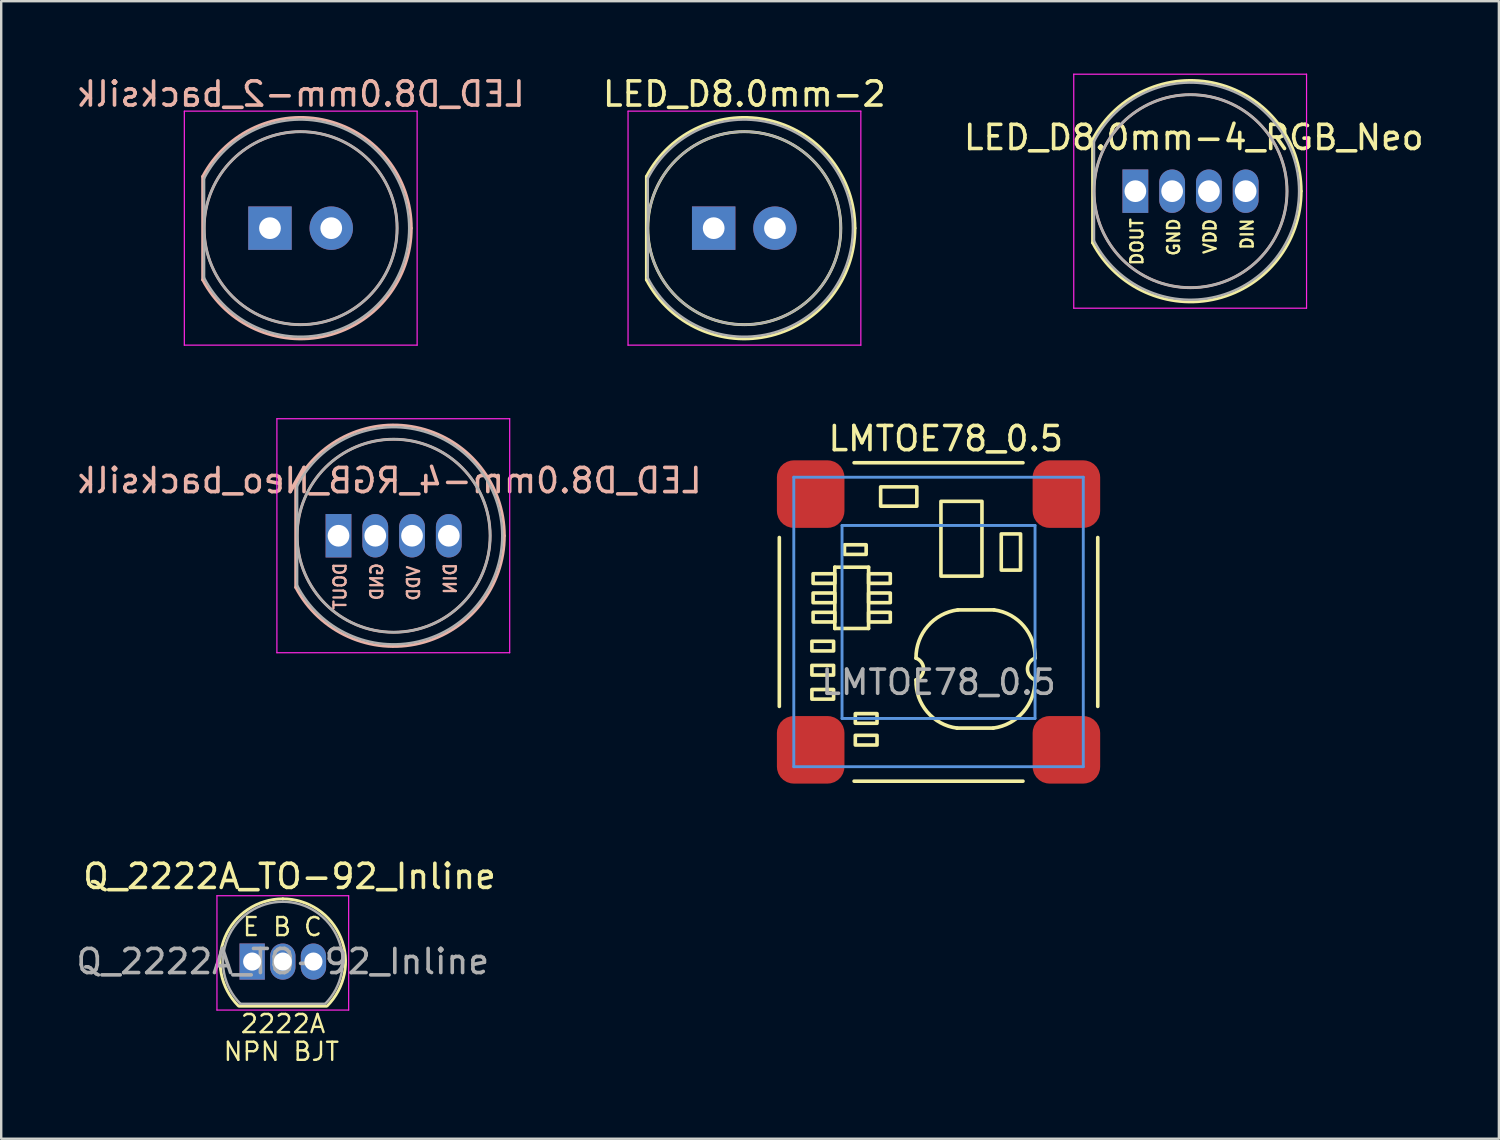
<source format=kicad_pcb>
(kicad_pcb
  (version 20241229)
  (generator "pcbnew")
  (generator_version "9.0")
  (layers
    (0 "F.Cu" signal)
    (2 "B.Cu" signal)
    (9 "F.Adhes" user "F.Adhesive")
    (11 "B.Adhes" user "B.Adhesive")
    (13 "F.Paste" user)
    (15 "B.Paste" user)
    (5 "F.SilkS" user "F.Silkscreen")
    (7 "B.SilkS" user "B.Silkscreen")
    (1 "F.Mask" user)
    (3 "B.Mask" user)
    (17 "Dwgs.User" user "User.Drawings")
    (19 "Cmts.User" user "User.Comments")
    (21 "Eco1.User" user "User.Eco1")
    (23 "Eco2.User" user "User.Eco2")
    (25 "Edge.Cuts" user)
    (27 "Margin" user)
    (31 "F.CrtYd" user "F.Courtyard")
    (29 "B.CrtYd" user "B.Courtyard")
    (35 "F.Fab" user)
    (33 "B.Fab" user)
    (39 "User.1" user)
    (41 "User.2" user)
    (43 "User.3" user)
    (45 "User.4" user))
  (footprint "Q_2222A_TO-92_Inline"
    (layer "F.Cu")
    (at 7.403 36.81)
    (property "Reference" "Q_2222A_TO-92_Inline" (at 1.55 -3.53 0) (layer "F.SilkS") (effects (font (size 1 1) (thickness 0.15))))
    (attr through_hole)
    (fp_line (start -0.53 1.85) (end 3.07 1.85) (stroke (width 0.12) (type solid)) (layer "F.SilkS"))
    (fp_arc (start -0.568478 1.838478) (mid -1.132087 -0.994977) (end 1.27 -2.6) (stroke (width 0.12) (type solid)) (layer "F.SilkS"))
    (fp_arc (start 1.27 -2.6) (mid 3.672087 -0.994977) (end 3.108478 1.838478) (stroke (width 0.12) (type solid)) (layer "F.SilkS"))
    (fp_line (start -1.46 -2.73) (end -1.46 2.01) (stroke (width 0.05) (type solid)) (layer "F.CrtYd"))
    (fp_line (start -1.46 -2.73) (end 4 -2.73) (stroke (width 0.05) (type solid)) (layer "F.CrtYd"))
    (fp_line (start 4 2.01) (end -1.46 2.01) (stroke (width 0.05) (type solid)) (layer "F.CrtYd"))
    (fp_line (start 4 2.01) (end 4 -2.73) (stroke (width 0.05) (type solid)) (layer "F.CrtYd"))
    (fp_line (start -0.5 1.75) (end 3 1.75) (stroke (width 0.1) (type solid)) (layer "F.Fab"))
    (fp_arc (start -0.483625 1.753625) (mid -1.021221 -0.949055) (end 1.27 -2.48) (stroke (width 0.1) (type solid)) (layer "F.Fab"))
    (fp_arc (start 1.27 -2.48) (mid 3.561221 -0.949055) (end 3.023625 1.753625) (stroke (width 0.1) (type solid)) (layer "F.Fab"))
    (fp_text user "2222A" (at 1.28 2.58 0) (layer "F.SilkS") (effects (font (size 0.75 0.75) (thickness 0.1))))
    (fp_text user "NPN BJT" (at 1.21 3.73 0) (layer "F.SilkS") (effects (font (size 0.75 0.75) (thickness 0.1))))
    (fp_text user "B" (at 1.24 -1.44 0) (layer "F.SilkS") (effects (font (size 0.75 0.75) (thickness 0.1))))
    (fp_text user "C" (at 2.52 -1.44 0) (layer "F.SilkS") (effects (font (size 0.75 0.75) (thickness 0.1))))
    (fp_text user "E" (at -0.05 -1.44 0) (layer "F.SilkS") (effects (font (size 0.75 0.75) (thickness 0.1))))
    (fp_text user "${REFERENCE}" (at 1.27 0 0) (layer "F.Fab") (effects (font (size 1 1) (thickness 0.15))))
    (pad "1" thru_hole rect (at 0 0) (size 1.05 1.5) (drill 0.75) (layers "*.Cu" "*.Mask"))
    (pad "2" thru_hole oval (at 1.27 0) (size 1.05 1.5) (drill 0.75) (layers "*.Cu" "*.Mask"))
    (pad "3" thru_hole oval (at 2.54 0) (size 1.05 1.5) (drill 0.75) (layers "*.Cu" "*.Mask")))
  (footprint "LED_D8.0mm-2"
    (layer "F.Cu")
    (at 26.534 6.408)
    (property "Reference" "LED_D8.0mm-2" (at 1.27 -5.56 0) (layer "F.SilkS") (effects (font (size 1 1) (thickness 0.15))))
    (attr through_hole)
    (fp_line (start -2.79 -2.142) (end -2.79 2.142) (stroke (width 0.12) (type solid)) (layer "F.SilkS"))
    (fp_arc (start -2.79 -2.141145) (mid 2.373119 -4.455472) (end 5.86 0.000486) (stroke (width 0.12) (type solid)) (layer "F.SilkS"))
    (fp_arc (start 5.86 -0.000486) (mid 2.373119 4.455472) (end -2.79 2.141145) (stroke (width 0.12) (type solid)) (layer "F.SilkS"))
    (fp_circle (center 1.27 0) (end 5.27 0) (stroke (width 0.12) (type solid)) (fill no) (layer "F.SilkS"))
    (fp_line (start -3.55 -4.85) (end -3.55 4.85) (stroke (width 0.05) (type solid)) (layer "F.CrtYd"))
    (fp_line (start -3.55 4.85) (end 6.1 4.85) (stroke (width 0.05) (type solid)) (layer "F.CrtYd"))
    (fp_line (start 6.1 -4.85) (end -3.55 -4.85) (stroke (width 0.05) (type solid)) (layer "F.CrtYd"))
    (fp_line (start 6.1 4.85) (end 6.1 -4.85) (stroke (width 0.05) (type solid)) (layer "F.CrtYd"))
    (fp_line (start -2.73 -2.062) (end -2.73 2.062) (stroke (width 0.1) (type solid)) (layer "F.Fab"))
    (fp_arc (start -2.73 -2.061553) (mid 5.77 0.00126) (end -2.731154 2.059312) (stroke (width 0.1) (type solid)) (layer "F.Fab"))
    (fp_circle (center 1.27 0) (end 5.27 0) (stroke (width 0.1) (type solid)) (fill no) (layer "F.Fab"))
    (pad "1" thru_hole rect (at 0 0) (size 1.8 1.8) (drill 0.9) (layers "*.Cu" "*.Mask"))
    (pad "2" thru_hole circle (at 2.54 0) (size 1.8 1.8) (drill 0.9) (layers "*.Cu" "*.Mask")))
  (footprint "LED_D8.0mm-2_backsilk"
    (layer "F.Cu")
    (at 8.141 6.408)
    (property "Reference" "LED_D8.0mm-2_backsilk" (at 1.27 -5.56 0) (layer "B.SilkS") (effects (font (size 1 1) (thickness 0.15)) (justify mirror)))
    (attr through_hole)
    (fp_line (start -2.79 -2.142) (end -2.79 2.142) (stroke (width 0.12) (type solid)) (layer "B.SilkS"))
    (fp_arc (start -2.79 -2.141145) (mid 2.373119 -4.455472) (end 5.86 0.000486) (stroke (width 0.12) (type solid)) (layer "B.SilkS"))
    (fp_arc (start 5.86 -0.000486) (mid 2.373119 4.455472) (end -2.79 2.141145) (stroke (width 0.12) (type solid)) (layer "B.SilkS"))
    (fp_circle (center 1.27 0) (end 5.27 0) (stroke (width 0.12) (type solid)) (fill no) (layer "B.SilkS"))
    (fp_line (start -3.55 -4.85) (end -3.55 4.85) (stroke (width 0.05) (type solid)) (layer "F.CrtYd"))
    (fp_line (start -3.55 4.85) (end 6.1 4.85) (stroke (width 0.05) (type solid)) (layer "F.CrtYd"))
    (fp_line (start 6.1 -4.85) (end -3.55 -4.85) (stroke (width 0.05) (type solid)) (layer "F.CrtYd"))
    (fp_line (start 6.1 4.85) (end 6.1 -4.85) (stroke (width 0.05) (type solid)) (layer "F.CrtYd"))
    (fp_line (start -2.73 -2.062) (end -2.73 2.062) (stroke (width 0.1) (type solid)) (layer "F.Fab"))
    (fp_arc (start -2.73 -2.061553) (mid 5.77 0.00126) (end -2.731154 2.059312) (stroke (width 0.1) (type solid)) (layer "F.Fab"))
    (fp_circle (center 1.27 0) (end 5.27 0) (stroke (width 0.1) (type solid)) (fill no) (layer "F.Fab"))
    (pad "1" thru_hole rect (at 0 0) (size 1.8 1.8) (drill 0.9) (layers "*.Cu" "*.Mask"))
    (pad "2" thru_hole circle (at 2.54 0) (size 1.8 1.8) (drill 0.9) (layers "*.Cu" "*.Mask")))
  (footprint "LED_D8.0mm-4_RGB_Neo"
    (layer "F.Cu")
    (at 43.76 4.875)
    (property "Reference" "LED_D8.0mm-4_RGB_Neo" (at 2.675 -2.225 0) (layer "F.SilkS") (effects (font (size 1 1) (thickness 0.15))))
    (attr through_hole)
    (fp_line (start -1.52 -2.142) (end -1.52 2.142) (stroke (width 0.12) (type solid)) (layer "F.SilkS"))
    (fp_arc (start -1.52 -2.141145) (mid 3.643119 -4.455472) (end 7.13 0.000486) (stroke (width 0.12) (type solid)) (layer "F.SilkS"))
    (fp_arc (start 7.13 -0.000486) (mid 3.643119 4.455472) (end -1.52 2.141145) (stroke (width 0.12) (type solid)) (layer "F.SilkS"))
    (fp_circle (center 2.54 0) (end 6.54 0) (stroke (width 0.12) (type solid)) (fill no) (layer "B.SilkS"))
    (fp_line (start -2.3 -4.85) (end -2.3 4.85) (stroke (width 0.05) (type solid)) (layer "F.CrtYd"))
    (fp_line (start -2.3 4.85) (end 7.35 4.85) (stroke (width 0.05) (type solid)) (layer "F.CrtYd"))
    (fp_line (start 7.35 -4.85) (end -2.3 -4.85) (stroke (width 0.05) (type solid)) (layer "F.CrtYd"))
    (fp_line (start 7.35 4.85) (end 7.35 -4.85) (stroke (width 0.05) (type solid)) (layer "F.CrtYd"))
    (fp_line (start -1.46 -2.062) (end -1.46 2.062) (stroke (width 0.1) (type solid)) (layer "F.Fab"))
    (fp_arc (start -1.46 -2.061553) (mid 7.04 0.00126) (end -1.461154 2.059312) (stroke (width 0.1) (type solid)) (layer "F.Fab"))
    (fp_circle (center 2.54 0) (end 6.54 0) (stroke (width 0.1) (type solid)) (fill no) (layer "F.Fab"))
    (fp_text user "DIN" (at 4.889 1.778 90) (layer "F.SilkS") (effects (font (size 0.5 0.5) (thickness 0.1))))
    (fp_text user "GND" (at 1.841 1.905 90) (layer "F.SilkS") (effects (font (size 0.5 0.5) (thickness 0.1))))
    (fp_text user "VDD" (at 3.35 1.875 90) (layer "F.SilkS") (effects (font (size 0.5 0.5) (thickness 0.1))))
    (fp_text user "DOUT" (at 0.318 2.095 90) (layer "F.SilkS") (effects (font (size 0.5 0.5) (thickness 0.1))))
    (pad "1" thru_hole rect (at 0.254 0) (size 1.07 1.8) (drill 0.9) (layers "*.Cu" "*.Mask"))
    (pad "2" thru_hole oval (at 1.778 0) (size 1.07 1.8) (drill 0.9) (layers "*.Cu" "*.Mask"))
    (pad "3" thru_hole oval (at 3.302 0) (size 1.07 1.8) (drill 0.9) (layers "*.Cu" "*.Mask"))
    (pad "4" thru_hole oval (at 4.826 0) (size 1.07 1.8) (drill 0.9) (layers "*.Cu" "*.Mask")))
  (footprint "LMTOE78_0.5"
    (layer "F.Cu")
    (at 35.855 22.732)
    (property "Reference" "LMTOE78_0.5" (at 0.3 -7.6 0) (unlocked yes) (layer "F.SilkS") (effects (font (size 1 1) (thickness 0.15))))
    (attr smd)
    (fp_line (start -6.6 -3.5) (end -6.6 3.5) (stroke (width 0.15) (type solid)) (layer "F.SilkS"))
    (fp_line (start -4.3 -2.27) (end -4.3 0.27) (stroke (width 0.15) (type solid)) (layer "F.SilkS"))
    (fp_line (start -4.3 -2.27) (end -2.9 -2.27) (stroke (width 0.15) (type solid)) (layer "F.SilkS"))
    (fp_line (start -4.3 0.27) (end -2.9 0.27) (stroke (width 0.15) (type solid)) (layer "F.SilkS"))
    (fp_line (start -3.5 -6.6) (end 3.5 -6.6) (stroke (width 0.15) (type solid)) (layer "F.SilkS"))
    (fp_line (start -3.5 6.6) (end 3.5 6.6) (stroke (width 0.15) (type solid)) (layer "F.SilkS"))
    (fp_line (start -2.9 -2.27) (end -2.9 0.27) (stroke (width 0.15) (type solid)) (layer "F.SilkS"))
    (fp_line (start 0.766 4.4) (end 2.266 4.4) (stroke (width 0.15) (type solid)) (layer "F.SilkS"))
    (fp_line (start 0.8 -0.5) (end 2.3 -0.5) (stroke (width 0.15) (type solid)) (layer "F.SilkS"))
    (fp_line (start 6.6 -3.5) (end 6.6 3.5) (stroke (width 0.15) (type solid)) (layer "F.SilkS"))
    (fp_rect (start -4.35 1.2) (end -5.25 0.8) (stroke (width 0.15) (type solid)) (fill no) (layer "F.SilkS"))
    (fp_rect (start -4.35 2.2) (end -5.25 1.8) (stroke (width 0.15) (type solid)) (fill no) (layer "F.SilkS"))
    (fp_rect (start -4.35 3.2) (end -5.25 2.8) (stroke (width 0.15) (type solid)) (fill no) (layer "F.SilkS"))
    (fp_rect (start -4.3 -1.6) (end -5.2 -2) (stroke (width 0.15) (type solid)) (fill no) (layer "F.SilkS"))
    (fp_rect (start -4.3 -0.8) (end -5.2 -1.2) (stroke (width 0.15) (type solid)) (fill no) (layer "F.SilkS"))
    (fp_rect (start -4.3 0) (end -5.2 -0.4) (stroke (width 0.15) (type solid)) (fill no) (layer "F.SilkS"))
    (fp_rect (start -3 -2.8) (end -3.9 -3.2) (stroke (width 0.15) (type solid)) (fill no) (layer "F.SilkS"))
    (fp_rect (start -2.55 4.2) (end -3.45 3.8) (stroke (width 0.15) (type solid)) (fill no) (layer "F.SilkS"))
    (fp_rect (start -2.55 5.1) (end -3.45 4.7) (stroke (width 0.15) (type solid)) (fill no) (layer "F.SilkS"))
    (fp_rect (start -2 -1.6) (end -2.9 -2) (stroke (width 0.15) (type solid)) (fill no) (layer "F.SilkS"))
    (fp_rect (start -2 -0.8) (end -2.9 -1.2) (stroke (width 0.15) (type solid)) (fill no) (layer "F.SilkS"))
    (fp_rect (start -2 0) (end -2.9 -0.4) (stroke (width 0.15) (type solid)) (fill no) (layer "F.SilkS"))
    (fp_rect (start -0.9 -4.8) (end -2.4 -5.6) (stroke (width 0.15) (type solid)) (fill no) (layer "F.SilkS"))
    (fp_rect (start 1.8 -1.9) (end 0.1 -5) (stroke (width 0.15) (type solid)) (fill no) (layer "F.SilkS"))
    (fp_rect (start 3.4 -3.65) (end 2.6 -2.15) (stroke (width 0.15) (type solid)) (fill no) (layer "F.SilkS"))
    (fp_arc (start -0.933578 1.5) (mid -0.620346 1.95) (end -0.933578 2.4) (stroke (width 0.15) (type solid)) (layer "F.SilkS"))
    (fp_arc (start -0.933578 1.5) (mid -0.447137 0.170318) (end 0.8 -0.5) (stroke (width 0.15) (type solid)) (layer "F.SilkS"))
    (fp_arc (start 0.766422 4.4) (mid -0.469587 3.728107) (end -0.933578 2.4) (stroke (width 0.15) (type solid)) (layer "F.SilkS"))
    (fp_arc (start 2.3 -0.5) (mid 3.536008 0.171893) (end 4 1.5) (stroke (width 0.15) (type solid)) (layer "F.SilkS"))
    (fp_arc (start 4 2.4) (mid 3.513558 3.72968) (end 2.266422 4.4) (stroke (width 0.15) (type solid)) (layer "F.SilkS"))
    (fp_arc (start 4 2.4) (mid 3.686768 1.95) (end 4 1.5) (stroke (width 0.15) (type solid)) (layer "F.SilkS"))
    (fp_line (start -6 -6) (end -6 6) (stroke (width 0.12) (type solid)) (layer "Cmts.User"))
    (fp_line (start -6 -6) (end 6 -6) (stroke (width 0.12) (type solid)) (layer "Cmts.User"))
    (fp_line (start -4 -4) (end -4 4) (stroke (width 0.12) (type solid)) (layer "Cmts.User"))
    (fp_line (start -4 -4) (end 4 -4) (stroke (width 0.12) (type solid)) (layer "Cmts.User"))
    (fp_line (start -4 4) (end 4 4) (stroke (width 0.12) (type solid)) (layer "Cmts.User"))
    (fp_line (start 4 -4) (end 4 4) (stroke (width 0.12) (type solid)) (layer "Cmts.User"))
    (fp_line (start 6 6) (end -6 6) (stroke (width 0.12) (type solid)) (layer "Cmts.User"))
    (fp_line (start 6 6) (end 6 -6) (stroke (width 0.12) (type solid)) (layer "Cmts.User"))
    (fp_text user "${REFERENCE}" (at 0 2.5 0) (unlocked yes) (layer "F.Fab") (effects (font (size 1 1) (thickness 0.15))))
    (pad "1" smd roundrect (at -5.3 -5.3) (size 2.8 2.8) (layers "F.Cu" "F.Mask" "F.Paste") (roundrect_rratio 0.25))
    (pad "2" smd roundrect (at -5.3 5.3) (size 2.8 2.8) (layers "F.Cu" "F.Mask" "F.Paste") (roundrect_rratio 0.25))
    (pad "3" smd roundrect (at 5.3 5.3) (size 2.8 2.8) (layers "F.Cu" "F.Mask" "F.Paste") (roundrect_rratio 0.25))
    (pad "4" smd roundrect (at 5.3 -5.3) (size 2.8 2.8) (layers "F.Cu" "F.Mask" "F.Paste") (roundrect_rratio 0.25)))
  (footprint "LED_D8.0mm-4_RGB_Neo_backsilk"
    (layer "F.Cu")
    (at 10.728 19.158)
    (property "Reference" "LED_D8.0mm-4_RGB_Neo_backsilk" (at 2.349 -2.286 0) (layer "B.SilkS") (effects (font (size 1 1) (thickness 0.15)) (justify mirror)))
    (attr through_hole)
    (fp_line (start -1.52 -2.142) (end -1.52 2.142) (stroke (width 0.12) (type solid)) (layer "B.SilkS"))
    (fp_arc (start -1.52 -2.141145) (mid 3.643119 -4.455472) (end 7.13 0.000486) (stroke (width 0.12) (type solid)) (layer "B.SilkS"))
    (fp_arc (start 7.13 -0.000486) (mid 3.643119 4.455472) (end -1.52 2.141145) (stroke (width 0.12) (type solid)) (layer "B.SilkS"))
    (fp_circle (center 2.54 0) (end 6.54 0) (stroke (width 0.12) (type solid)) (fill no) (layer "B.SilkS"))
    (fp_line (start -2.3 -4.85) (end -2.3 4.85) (stroke (width 0.05) (type solid)) (layer "F.CrtYd"))
    (fp_line (start -2.3 4.85) (end 7.35 4.85) (stroke (width 0.05) (type solid)) (layer "F.CrtYd"))
    (fp_line (start 7.35 -4.85) (end -2.3 -4.85) (stroke (width 0.05) (type solid)) (layer "F.CrtYd"))
    (fp_line (start 7.35 4.85) (end 7.35 -4.85) (stroke (width 0.05) (type solid)) (layer "F.CrtYd"))
    (fp_line (start -1.46 -2.062) (end -1.46 2.062) (stroke (width 0.1) (type solid)) (layer "F.Fab"))
    (fp_arc (start -1.46 -2.061553) (mid 7.04 0.00126) (end -1.461154 2.059312) (stroke (width 0.1) (type solid)) (layer "F.Fab"))
    (fp_circle (center 2.54 0) (end 6.54 0) (stroke (width 0.1) (type solid)) (fill no) (layer "F.Fab"))
    (fp_text user "VDD" (at 3.365 1.968 90) (layer "B.SilkS") (effects (font (size 0.5 0.5) (thickness 0.1)) (justify mirror)))
    (fp_text user "DIN" (at 4.889 1.778 90) (layer "B.SilkS") (effects (font (size 0.5 0.5) (thickness 0.1)) (justify mirror)))
    (fp_text user "GND" (at 1.841 1.905 90) (layer "B.SilkS") (effects (font (size 0.5 0.5) (thickness 0.1)) (justify mirror)))
    (fp_text user "DOUT" (at 0.318 2.095 90) (layer "B.SilkS") (effects (font (size 0.5 0.5) (thickness 0.1)) (justify mirror)))
    (pad "1" thru_hole rect (at 0.254 0) (size 1.07 1.8) (drill 0.9) (layers "*.Cu" "*.Mask"))
    (pad "2" thru_hole oval (at 1.778 0) (size 1.07 1.8) (drill 0.9) (layers "*.Cu" "*.Mask"))
    (pad "3" thru_hole oval (at 3.302 0) (size 1.07 1.8) (drill 0.9) (layers "*.Cu" "*.Mask"))
    (pad "4" thru_hole oval (at 4.826 0) (size 1.07 1.8) (drill 0.9) (layers "*.Cu" "*.Mask")))
  (gr_rect
    (start -3 -3)
    (end 59.083 44.154)
    (stroke (width 0.1) (type default))
    (fill no)
    (layer "Edge.Cuts")))
</source>
